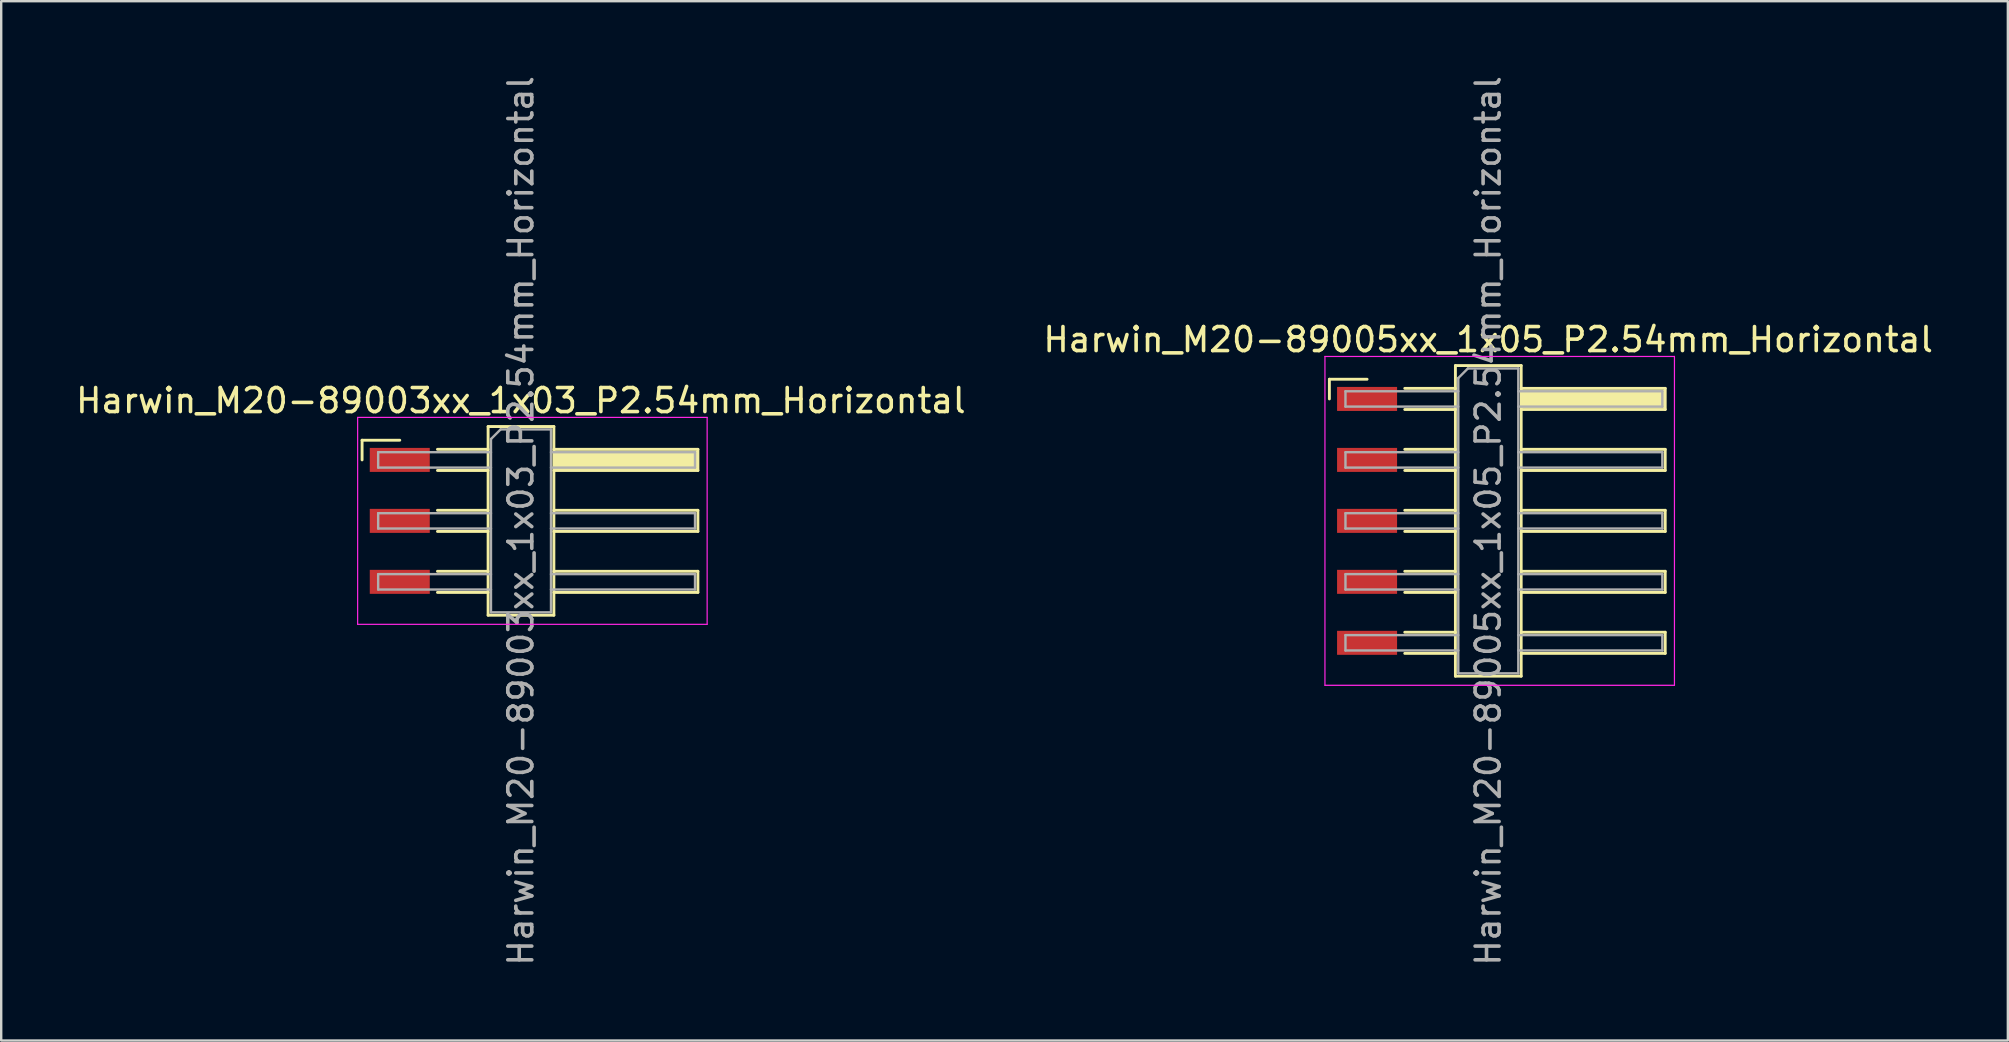
<source format=kicad_pcb>
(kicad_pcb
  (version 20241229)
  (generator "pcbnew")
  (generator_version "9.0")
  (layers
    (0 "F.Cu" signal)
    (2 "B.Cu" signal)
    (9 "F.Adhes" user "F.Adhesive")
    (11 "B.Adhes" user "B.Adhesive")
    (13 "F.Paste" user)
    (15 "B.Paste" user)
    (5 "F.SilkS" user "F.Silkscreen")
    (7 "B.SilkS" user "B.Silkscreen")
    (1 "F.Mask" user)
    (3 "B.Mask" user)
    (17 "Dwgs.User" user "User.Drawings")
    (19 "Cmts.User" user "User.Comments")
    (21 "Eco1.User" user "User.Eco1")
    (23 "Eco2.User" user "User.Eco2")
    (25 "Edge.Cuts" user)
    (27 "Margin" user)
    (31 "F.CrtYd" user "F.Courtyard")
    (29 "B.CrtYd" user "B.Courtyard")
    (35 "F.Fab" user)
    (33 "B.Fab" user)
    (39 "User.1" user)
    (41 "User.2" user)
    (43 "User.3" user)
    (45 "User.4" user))
  (footprint "Harwin_M20-89003xx_1x03_P2.54mm_Horizontal"
    (layer "F.Cu")
    (at 19.129 18.649)
    (property "Reference" "Harwin_M20-89003xx_1x03_P2.54mm_Horizontal" (at -0.48 -5.01 0) (layer "F.SilkS") (effects (font (size 1 1) (thickness 0.15))))
    (attr smd)
    (fp_line (start -7.095 -3.36) (end -5.525 -3.36) (stroke (width 0.12) (type solid)) (layer "F.SilkS"))
    (fp_line (start -7.095 -2.54) (end -7.095 -3.36) (stroke (width 0.12) (type solid)) (layer "F.SilkS"))
    (fp_line (start -3.955 -2.98) (end -1.845 -2.98) (stroke (width 0.12) (type solid)) (layer "F.SilkS"))
    (fp_line (start -3.955 -2.1) (end -1.845 -2.1) (stroke (width 0.12) (type solid)) (layer "F.SilkS"))
    (fp_line (start -3.955 -0.44) (end -1.845 -0.44) (stroke (width 0.12) (type solid)) (layer "F.SilkS"))
    (fp_line (start -3.955 0.44) (end -1.845 0.44) (stroke (width 0.12) (type solid)) (layer "F.SilkS"))
    (fp_line (start -3.955 2.1) (end -1.845 2.1) (stroke (width 0.12) (type solid)) (layer "F.SilkS"))
    (fp_line (start -3.955 2.98) (end -1.845 2.98) (stroke (width 0.12) (type solid)) (layer "F.SilkS"))
    (fp_line (start -1.845 -3.93) (end 0.895 -3.93) (stroke (width 0.12) (type solid)) (layer "F.SilkS"))
    (fp_line (start -1.845 3.93) (end -1.845 -3.93) (stroke (width 0.12) (type solid)) (layer "F.SilkS"))
    (fp_line (start 0.895 -3.93) (end 0.895 3.93) (stroke (width 0.12) (type solid)) (layer "F.SilkS"))
    (fp_line (start 0.895 -2.98) (end 6.895 -2.98) (stroke (width 0.12) (type solid)) (layer "F.SilkS"))
    (fp_line (start 0.895 -0.44) (end 6.895 -0.44) (stroke (width 0.12) (type solid)) (layer "F.SilkS"))
    (fp_line (start 0.895 2.1) (end 6.895 2.1) (stroke (width 0.12) (type solid)) (layer "F.SilkS"))
    (fp_line (start 0.895 3.93) (end -1.845 3.93) (stroke (width 0.12) (type solid)) (layer "F.SilkS"))
    (fp_line (start 6.895 -2.98) (end 6.895 -2.1) (stroke (width 0.12) (type solid)) (layer "F.SilkS"))
    (fp_line (start 6.895 -2.1) (end 0.895 -2.1) (stroke (width 0.12) (type solid)) (layer "F.SilkS"))
    (fp_line (start 6.895 -0.44) (end 6.895 0.44) (stroke (width 0.12) (type solid)) (layer "F.SilkS"))
    (fp_line (start 6.895 0.44) (end 0.895 0.44) (stroke (width 0.12) (type solid)) (layer "F.SilkS"))
    (fp_line (start 6.895 2.1) (end 6.895 2.98) (stroke (width 0.12) (type solid)) (layer "F.SilkS"))
    (fp_line (start 6.895 2.98) (end 0.895 2.98) (stroke (width 0.12) (type solid)) (layer "F.SilkS"))
    (fp_line (start -7.28 -4.31) (end 7.28 -4.31) (stroke (width 0.05) (type solid)) (layer "F.CrtYd"))
    (fp_line (start -7.28 4.31) (end -7.28 -4.31) (stroke (width 0.05) (type solid)) (layer "F.CrtYd"))
    (fp_line (start 7.28 -4.31) (end 7.28 4.31) (stroke (width 0.05) (type solid)) (layer "F.CrtYd"))
    (fp_line (start 7.28 4.31) (end -7.28 4.31) (stroke (width 0.05) (type solid)) (layer "F.CrtYd"))
    (fp_line (start -6.425 -2.86) (end -6.425 -2.22) (stroke (width 0.1) (type solid)) (layer "F.Fab"))
    (fp_line (start -6.425 -2.22) (end -1.725 -2.22) (stroke (width 0.1) (type solid)) (layer "F.Fab"))
    (fp_line (start -6.425 -0.32) (end -6.425 0.32) (stroke (width 0.1) (type solid)) (layer "F.Fab"))
    (fp_line (start -6.425 0.32) (end -1.725 0.32) (stroke (width 0.1) (type solid)) (layer "F.Fab"))
    (fp_line (start -6.425 2.22) (end -6.425 2.86) (stroke (width 0.1) (type solid)) (layer "F.Fab"))
    (fp_line (start -6.425 2.86) (end -1.725 2.86) (stroke (width 0.1) (type solid)) (layer "F.Fab"))
    (fp_line (start -1.725 -3.41) (end -1.325 -3.81) (stroke (width 0.1) (type solid)) (layer "F.Fab"))
    (fp_line (start -1.725 -2.86) (end -6.425 -2.86) (stroke (width 0.1) (type solid)) (layer "F.Fab"))
    (fp_line (start -1.725 -0.32) (end -6.425 -0.32) (stroke (width 0.1) (type solid)) (layer "F.Fab"))
    (fp_line (start -1.725 2.22) (end -6.425 2.22) (stroke (width 0.1) (type solid)) (layer "F.Fab"))
    (fp_line (start -1.725 3.81) (end -1.725 -3.41) (stroke (width 0.1) (type solid)) (layer "F.Fab"))
    (fp_line (start -1.325 -3.81) (end 0.775 -3.81) (stroke (width 0.1) (type solid)) (layer "F.Fab"))
    (fp_line (start 0.775 -3.81) (end 0.775 3.81) (stroke (width 0.1) (type solid)) (layer "F.Fab"))
    (fp_line (start 0.775 -2.86) (end 6.775 -2.86) (stroke (width 0.1) (type solid)) (layer "F.Fab"))
    (fp_line (start 0.775 -0.32) (end 6.775 -0.32) (stroke (width 0.1) (type solid)) (layer "F.Fab"))
    (fp_line (start 0.775 2.22) (end 6.775 2.22) (stroke (width 0.1) (type solid)) (layer "F.Fab"))
    (fp_line (start 0.775 3.81) (end -1.725 3.81) (stroke (width 0.1) (type solid)) (layer "F.Fab"))
    (fp_line (start 6.775 -2.86) (end 6.775 -2.22) (stroke (width 0.1) (type solid)) (layer "F.Fab"))
    (fp_line (start 6.775 -2.22) (end 0.775 -2.22) (stroke (width 0.1) (type solid)) (layer "F.Fab"))
    (fp_line (start 6.775 -0.32) (end 6.775 0.32) (stroke (width 0.1) (type solid)) (layer "F.Fab"))
    (fp_line (start 6.775 0.32) (end 0.775 0.32) (stroke (width 0.1) (type solid)) (layer "F.Fab"))
    (fp_line (start 6.775 2.22) (end 6.775 2.86) (stroke (width 0.1) (type solid)) (layer "F.Fab"))
    (fp_line (start 6.775 2.86) (end 0.775 2.86) (stroke (width 0.1) (type solid)) (layer "F.Fab"))
    (fp_text user "${REFERENCE}" (at -0.48 0 90) (layer "F.Fab") (effects (font (size 1 1) (thickness 0.15))))
    (pad "" smd rect (at 3.895 -2.54) (size 6 0.76) (layers "F.SilkS"))
    (pad "1" smd rect (at -5.525 -2.54) (size 2.5 1) (layers "F.Cu" "F.Mask" "F.Paste"))
    (pad "2" smd rect (at -5.525 0) (size 2.5 1) (layers "F.Cu" "F.Mask" "F.Paste"))
    (pad "3" smd rect (at -5.525 2.54) (size 2.5 1) (layers "F.Cu" "F.Mask" "F.Paste")))
  (footprint "Harwin_M20-89005xx_1x05_P2.54mm_Horizontal"
    (layer "F.Cu")
    (at 59.426 18.649)
    (property "Reference" "Harwin_M20-89005xx_1x05_P2.54mm_Horizontal" (at -0.48 -7.55 0) (layer "F.SilkS") (effects (font (size 1 1) (thickness 0.15))))
    (attr smd)
    (fp_line (start -7.095 -5.9) (end -5.525 -5.9) (stroke (width 0.12) (type solid)) (layer "F.SilkS"))
    (fp_line (start -7.095 -5.08) (end -7.095 -5.9) (stroke (width 0.12) (type solid)) (layer "F.SilkS"))
    (fp_line (start -3.955 -5.52) (end -1.845 -5.52) (stroke (width 0.12) (type solid)) (layer "F.SilkS"))
    (fp_line (start -3.955 -4.64) (end -1.845 -4.64) (stroke (width 0.12) (type solid)) (layer "F.SilkS"))
    (fp_line (start -3.955 -2.98) (end -1.845 -2.98) (stroke (width 0.12) (type solid)) (layer "F.SilkS"))
    (fp_line (start -3.955 -2.1) (end -1.845 -2.1) (stroke (width 0.12) (type solid)) (layer "F.SilkS"))
    (fp_line (start -3.955 -0.44) (end -1.845 -0.44) (stroke (width 0.12) (type solid)) (layer "F.SilkS"))
    (fp_line (start -3.955 0.44) (end -1.845 0.44) (stroke (width 0.12) (type solid)) (layer "F.SilkS"))
    (fp_line (start -3.955 2.1) (end -1.845 2.1) (stroke (width 0.12) (type solid)) (layer "F.SilkS"))
    (fp_line (start -3.955 2.98) (end -1.845 2.98) (stroke (width 0.12) (type solid)) (layer "F.SilkS"))
    (fp_line (start -3.955 4.64) (end -1.845 4.64) (stroke (width 0.12) (type solid)) (layer "F.SilkS"))
    (fp_line (start -3.955 5.52) (end -1.845 5.52) (stroke (width 0.12) (type solid)) (layer "F.SilkS"))
    (fp_line (start -1.845 -6.47) (end 0.895 -6.47) (stroke (width 0.12) (type solid)) (layer "F.SilkS"))
    (fp_line (start -1.845 6.47) (end -1.845 -6.47) (stroke (width 0.12) (type solid)) (layer "F.SilkS"))
    (fp_line (start 0.895 -6.47) (end 0.895 6.47) (stroke (width 0.12) (type solid)) (layer "F.SilkS"))
    (fp_line (start 0.895 -5.52) (end 6.895 -5.52) (stroke (width 0.12) (type solid)) (layer "F.SilkS"))
    (fp_line (start 0.895 -2.98) (end 6.895 -2.98) (stroke (width 0.12) (type solid)) (layer "F.SilkS"))
    (fp_line (start 0.895 -0.44) (end 6.895 -0.44) (stroke (width 0.12) (type solid)) (layer "F.SilkS"))
    (fp_line (start 0.895 2.1) (end 6.895 2.1) (stroke (width 0.12) (type solid)) (layer "F.SilkS"))
    (fp_line (start 0.895 4.64) (end 6.895 4.64) (stroke (width 0.12) (type solid)) (layer "F.SilkS"))
    (fp_line (start 0.895 6.47) (end -1.845 6.47) (stroke (width 0.12) (type solid)) (layer "F.SilkS"))
    (fp_line (start 6.895 -5.52) (end 6.895 -4.64) (stroke (width 0.12) (type solid)) (layer "F.SilkS"))
    (fp_line (start 6.895 -4.64) (end 0.895 -4.64) (stroke (width 0.12) (type solid)) (layer "F.SilkS"))
    (fp_line (start 6.895 -2.98) (end 6.895 -2.1) (stroke (width 0.12) (type solid)) (layer "F.SilkS"))
    (fp_line (start 6.895 -2.1) (end 0.895 -2.1) (stroke (width 0.12) (type solid)) (layer "F.SilkS"))
    (fp_line (start 6.895 -0.44) (end 6.895 0.44) (stroke (width 0.12) (type solid)) (layer "F.SilkS"))
    (fp_line (start 6.895 0.44) (end 0.895 0.44) (stroke (width 0.12) (type solid)) (layer "F.SilkS"))
    (fp_line (start 6.895 2.1) (end 6.895 2.98) (stroke (width 0.12) (type solid)) (layer "F.SilkS"))
    (fp_line (start 6.895 2.98) (end 0.895 2.98) (stroke (width 0.12) (type solid)) (layer "F.SilkS"))
    (fp_line (start 6.895 4.64) (end 6.895 5.52) (stroke (width 0.12) (type solid)) (layer "F.SilkS"))
    (fp_line (start 6.895 5.52) (end 0.895 5.52) (stroke (width 0.12) (type solid)) (layer "F.SilkS"))
    (fp_line (start -7.28 -6.85) (end 7.28 -6.85) (stroke (width 0.05) (type solid)) (layer "F.CrtYd"))
    (fp_line (start -7.28 6.85) (end -7.28 -6.85) (stroke (width 0.05) (type solid)) (layer "F.CrtYd"))
    (fp_line (start 7.28 -6.85) (end 7.28 6.85) (stroke (width 0.05) (type solid)) (layer "F.CrtYd"))
    (fp_line (start 7.28 6.85) (end -7.28 6.85) (stroke (width 0.05) (type solid)) (layer "F.CrtYd"))
    (fp_line (start -6.425 -5.4) (end -6.425 -4.76) (stroke (width 0.1) (type solid)) (layer "F.Fab"))
    (fp_line (start -6.425 -4.76) (end -1.725 -4.76) (stroke (width 0.1) (type solid)) (layer "F.Fab"))
    (fp_line (start -6.425 -2.86) (end -6.425 -2.22) (stroke (width 0.1) (type solid)) (layer "F.Fab"))
    (fp_line (start -6.425 -2.22) (end -1.725 -2.22) (stroke (width 0.1) (type solid)) (layer "F.Fab"))
    (fp_line (start -6.425 -0.32) (end -6.425 0.32) (stroke (width 0.1) (type solid)) (layer "F.Fab"))
    (fp_line (start -6.425 0.32) (end -1.725 0.32) (stroke (width 0.1) (type solid)) (layer "F.Fab"))
    (fp_line (start -6.425 2.22) (end -6.425 2.86) (stroke (width 0.1) (type solid)) (layer "F.Fab"))
    (fp_line (start -6.425 2.86) (end -1.725 2.86) (stroke (width 0.1) (type solid)) (layer "F.Fab"))
    (fp_line (start -6.425 4.76) (end -6.425 5.4) (stroke (width 0.1) (type solid)) (layer "F.Fab"))
    (fp_line (start -6.425 5.4) (end -1.725 5.4) (stroke (width 0.1) (type solid)) (layer "F.Fab"))
    (fp_line (start -1.725 -5.95) (end -1.325 -6.35) (stroke (width 0.1) (type solid)) (layer "F.Fab"))
    (fp_line (start -1.725 -5.4) (end -6.425 -5.4) (stroke (width 0.1) (type solid)) (layer "F.Fab"))
    (fp_line (start -1.725 -2.86) (end -6.425 -2.86) (stroke (width 0.1) (type solid)) (layer "F.Fab"))
    (fp_line (start -1.725 -0.32) (end -6.425 -0.32) (stroke (width 0.1) (type solid)) (layer "F.Fab"))
    (fp_line (start -1.725 2.22) (end -6.425 2.22) (stroke (width 0.1) (type solid)) (layer "F.Fab"))
    (fp_line (start -1.725 4.76) (end -6.425 4.76) (stroke (width 0.1) (type solid)) (layer "F.Fab"))
    (fp_line (start -1.725 6.35) (end -1.725 -5.95) (stroke (width 0.1) (type solid)) (layer "F.Fab"))
    (fp_line (start -1.325 -6.35) (end 0.775 -6.35) (stroke (width 0.1) (type solid)) (layer "F.Fab"))
    (fp_line (start 0.775 -6.35) (end 0.775 6.35) (stroke (width 0.1) (type solid)) (layer "F.Fab"))
    (fp_line (start 0.775 -5.4) (end 6.775 -5.4) (stroke (width 0.1) (type solid)) (layer "F.Fab"))
    (fp_line (start 0.775 -2.86) (end 6.775 -2.86) (stroke (width 0.1) (type solid)) (layer "F.Fab"))
    (fp_line (start 0.775 -0.32) (end 6.775 -0.32) (stroke (width 0.1) (type solid)) (layer "F.Fab"))
    (fp_line (start 0.775 2.22) (end 6.775 2.22) (stroke (width 0.1) (type solid)) (layer "F.Fab"))
    (fp_line (start 0.775 4.76) (end 6.775 4.76) (stroke (width 0.1) (type solid)) (layer "F.Fab"))
    (fp_line (start 0.775 6.35) (end -1.725 6.35) (stroke (width 0.1) (type solid)) (layer "F.Fab"))
    (fp_line (start 6.775 -5.4) (end 6.775 -4.76) (stroke (width 0.1) (type solid)) (layer "F.Fab"))
    (fp_line (start 6.775 -4.76) (end 0.775 -4.76) (stroke (width 0.1) (type solid)) (layer "F.Fab"))
    (fp_line (start 6.775 -2.86) (end 6.775 -2.22) (stroke (width 0.1) (type solid)) (layer "F.Fab"))
    (fp_line (start 6.775 -2.22) (end 0.775 -2.22) (stroke (width 0.1) (type solid)) (layer "F.Fab"))
    (fp_line (start 6.775 -0.32) (end 6.775 0.32) (stroke (width 0.1) (type solid)) (layer "F.Fab"))
    (fp_line (start 6.775 0.32) (end 0.775 0.32) (stroke (width 0.1) (type solid)) (layer "F.Fab"))
    (fp_line (start 6.775 2.22) (end 6.775 2.86) (stroke (width 0.1) (type solid)) (layer "F.Fab"))
    (fp_line (start 6.775 2.86) (end 0.775 2.86) (stroke (width 0.1) (type solid)) (layer "F.Fab"))
    (fp_line (start 6.775 4.76) (end 6.775 5.4) (stroke (width 0.1) (type solid)) (layer "F.Fab"))
    (fp_line (start 6.775 5.4) (end 0.775 5.4) (stroke (width 0.1) (type solid)) (layer "F.Fab"))
    (fp_text user "${REFERENCE}" (at -0.48 0 90) (layer "F.Fab") (effects (font (size 1 1) (thickness 0.15))))
    (pad "" smd rect (at 3.895 -5.08) (size 6 0.76) (layers "F.SilkS"))
    (pad "1" smd rect (at -5.525 -5.08) (size 2.5 1) (layers "F.Cu" "F.Mask" "F.Paste"))
    (pad "2" smd rect (at -5.525 -2.54) (size 2.5 1) (layers "F.Cu" "F.Mask" "F.Paste"))
    (pad "3" smd rect (at -5.525 0) (size 2.5 1) (layers "F.Cu" "F.Mask" "F.Paste"))
    (pad "4" smd rect (at -5.525 2.54) (size 2.5 1) (layers "F.Cu" "F.Mask" "F.Paste"))
    (pad "5" smd rect (at -5.525 5.08) (size 2.5 1) (layers "F.Cu" "F.Mask" "F.Paste")))
  (gr_rect
    (start -3 -3)
    (end 80.595 40.298)
    (stroke (width 0.1) (type default))
    (fill no)
    (layer "Edge.Cuts")))
</source>
